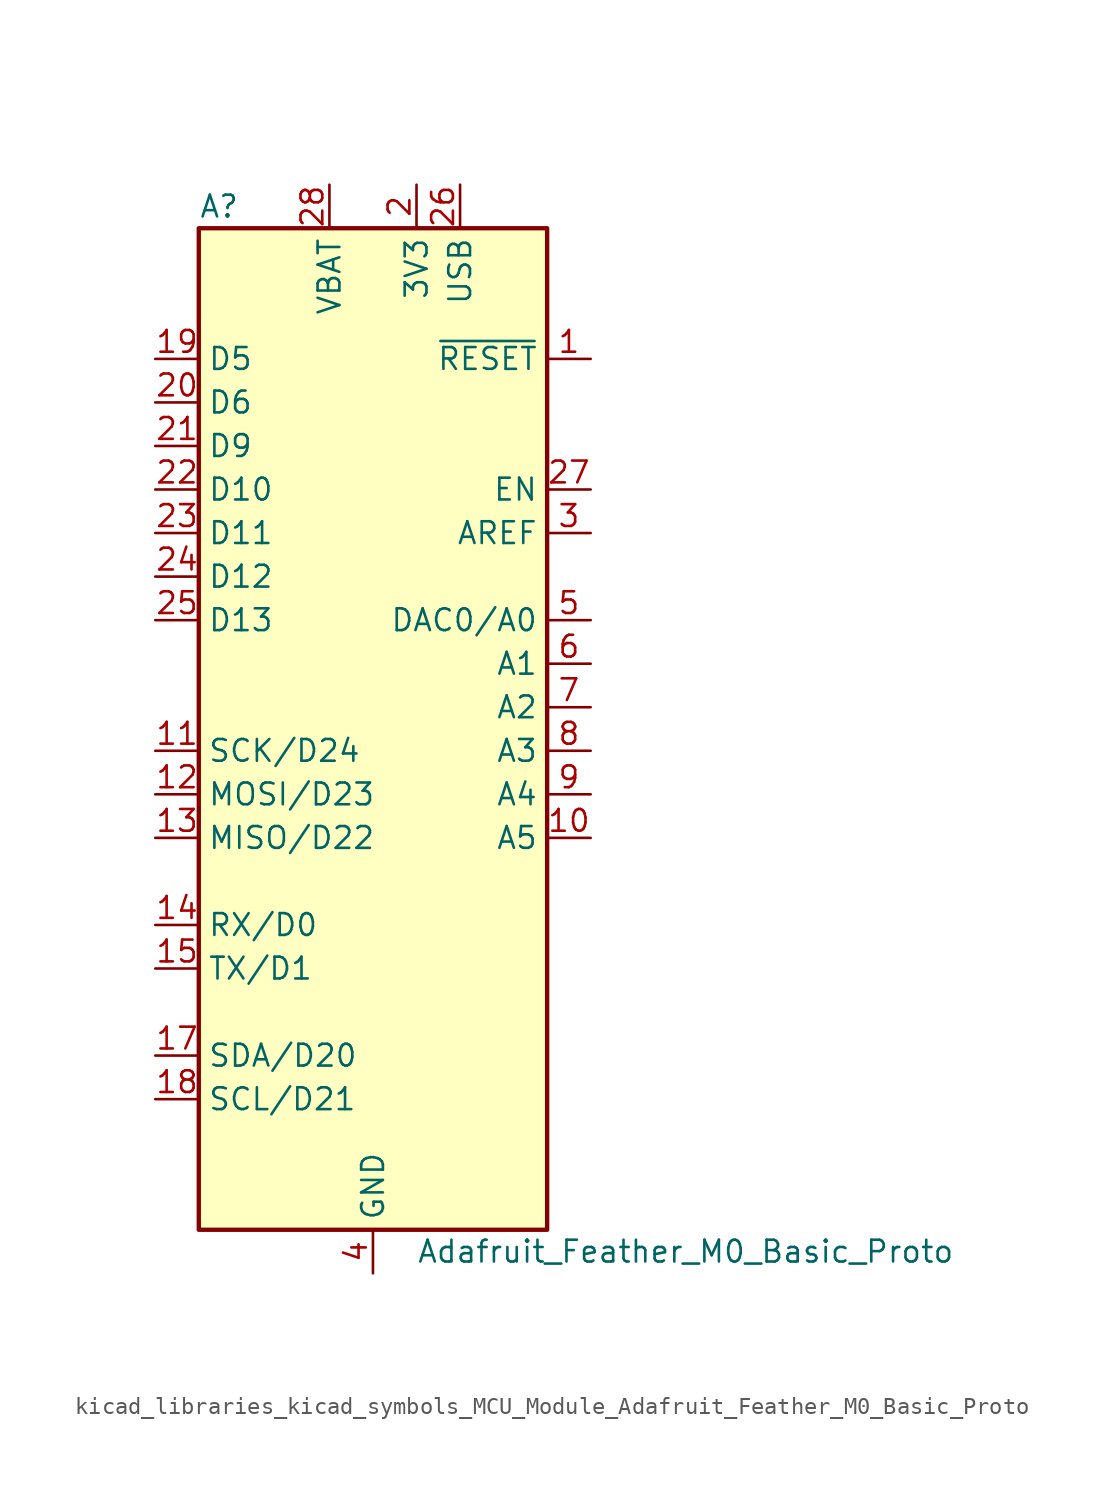
<source format=kicad_sym>
(kicad_symbol_lib
  (version 20220914)
  (generator kicad_symbol_editor)
  (symbol "kicad_libraries_kicad_symbols_MCU_Module_Adafruit_Feather_M0_Basic_Proto"
    (property "Reference" "A"
      (at -10.16 29.21 0)
      (effects (font (size 1.27 1.27)) (justify left)))
    (property "Value" "Adafruit_Feather_M0_Basic_Proto"
      (at 2.54 -31.75 0)
      (effects (font (size 1.27 1.27)) (justify left)))
    (symbol "kicad_libraries_kicad_symbols_MCU_Module_Adafruit_Feather_M0_Basic_Proto_0_1"
      (rectangle (start -10.16 27.94) (end 10.16 -30.48) (stroke (width 0.254) (type default)) (fill (type background))))
    (symbol "kicad_libraries_kicad_symbols_MCU_Module_Adafruit_Feather_M0_Basic_Proto_1_1"
      (pin input line (at 12.7 20.32 180) (length 2.54) (name "~{RESET}" (effects (font (size 1.27 1.27)))) (number "1" (effects (font (size 1.27 1.27)))))
      (pin bidirectional line (at 12.7 -7.62 180) (length 2.54) (name "A5" (effects (font (size 1.27 1.27)))) (number "10" (effects (font (size 1.27 1.27)))))
      (pin bidirectional line (at -12.7 -2.54 0) (length 2.54) (name "SCK/D24" (effects (font (size 1.27 1.27)))) (number "11" (effects (font (size 1.27 1.27)))))
      (pin bidirectional line (at -12.7 -5.08 0) (length 2.54) (name "MOSI/D23" (effects (font (size 1.27 1.27)))) (number "12" (effects (font (size 1.27 1.27)))))
      (pin bidirectional line (at -12.7 -7.62 0) (length 2.54) (name "MISO/D22" (effects (font (size 1.27 1.27)))) (number "13" (effects (font (size 1.27 1.27)))))
      (pin bidirectional line (at -12.7 -12.7 0) (length 2.54) (name "RX/D0" (effects (font (size 1.27 1.27)))) (number "14" (effects (font (size 1.27 1.27)))))
      (pin bidirectional line (at -12.7 -15.24 0) (length 2.54) (name "TX/D1" (effects (font (size 1.27 1.27)))) (number "15" (effects (font (size 1.27 1.27)))))
      (pin passive line (at 0 -33.02 90) (length 2.54) hide (name "GND" (effects (font (size 1.27 1.27)))) (number "16" (effects (font (size 1.27 1.27)))))
      (pin bidirectional line (at -12.7 -20.32 0) (length 2.54) (name "SDA/D20" (effects (font (size 1.27 1.27)))) (number "17" (effects (font (size 1.27 1.27)))))
      (pin bidirectional line (at -12.7 -22.86 0) (length 2.54) (name "SCL/D21" (effects (font (size 1.27 1.27)))) (number "18" (effects (font (size 1.27 1.27)))))
      (pin bidirectional line (at -12.7 20.32 0) (length 2.54) (name "D5" (effects (font (size 1.27 1.27)))) (number "19" (effects (font (size 1.27 1.27)))))
      (pin power_in line (at 2.54 30.48 270) (length 2.54) (name "3V3" (effects (font (size 1.27 1.27)))) (number "2" (effects (font (size 1.27 1.27)))))
      (pin bidirectional line (at -12.7 17.78 0) (length 2.54) (name "D6" (effects (font (size 1.27 1.27)))) (number "20" (effects (font (size 1.27 1.27)))))
      (pin bidirectional line (at -12.7 15.24 0) (length 2.54) (name "D9" (effects (font (size 1.27 1.27)))) (number "21" (effects (font (size 1.27 1.27)))))
      (pin bidirectional line (at -12.7 12.7 0) (length 2.54) (name "D10" (effects (font (size 1.27 1.27)))) (number "22" (effects (font (size 1.27 1.27)))))
      (pin bidirectional line (at -12.7 10.16 0) (length 2.54) (name "D11" (effects (font (size 1.27 1.27)))) (number "23" (effects (font (size 1.27 1.27)))))
      (pin bidirectional line (at -12.7 7.62 0) (length 2.54) (name "D12" (effects (font (size 1.27 1.27)))) (number "24" (effects (font (size 1.27 1.27)))))
      (pin bidirectional line (at -12.7 5.08 0) (length 2.54) (name "D13" (effects (font (size 1.27 1.27)))) (number "25" (effects (font (size 1.27 1.27)))))
      (pin power_in line (at 5.08 30.48 270) (length 2.54) (name "USB" (effects (font (size 1.27 1.27)))) (number "26" (effects (font (size 1.27 1.27)))))
      (pin input line (at 12.7 12.7 180) (length 2.54) (name "EN" (effects (font (size 1.27 1.27)))) (number "27" (effects (font (size 1.27 1.27)))))
      (pin power_in line (at -2.54 30.48 270) (length 2.54) (name "VBAT" (effects (font (size 1.27 1.27)))) (number "28" (effects (font (size 1.27 1.27)))))
      (pin input line (at 12.7 10.16 180) (length 2.54) (name "AREF" (effects (font (size 1.27 1.27)))) (number "3" (effects (font (size 1.27 1.27)))))
      (pin power_in line (at 0 -33.02 90) (length 2.54) (name "GND" (effects (font (size 1.27 1.27)))) (number "4" (effects (font (size 1.27 1.27)))))
      (pin bidirectional line (at 12.7 5.08 180) (length 2.54) (name "DAC0/A0" (effects (font (size 1.27 1.27)))) (number "5" (effects (font (size 1.27 1.27)))))
      (pin bidirectional line (at 12.7 2.54 180) (length 2.54) (name "A1" (effects (font (size 1.27 1.27)))) (number "6" (effects (font (size 1.27 1.27)))))
      (pin bidirectional line (at 12.7 0 180) (length 2.54) (name "A2" (effects (font (size 1.27 1.27)))) (number "7" (effects (font (size 1.27 1.27)))))
      (pin bidirectional line (at 12.7 -2.54 180) (length 2.54) (name "A3" (effects (font (size 1.27 1.27)))) (number "8" (effects (font (size 1.27 1.27)))))
      (pin bidirectional line (at 12.7 -5.08 180) (length 2.54) (name "A4" (effects (font (size 1.27 1.27)))) (number "9" (effects (font (size 1.27 1.27))))))))
</source>
